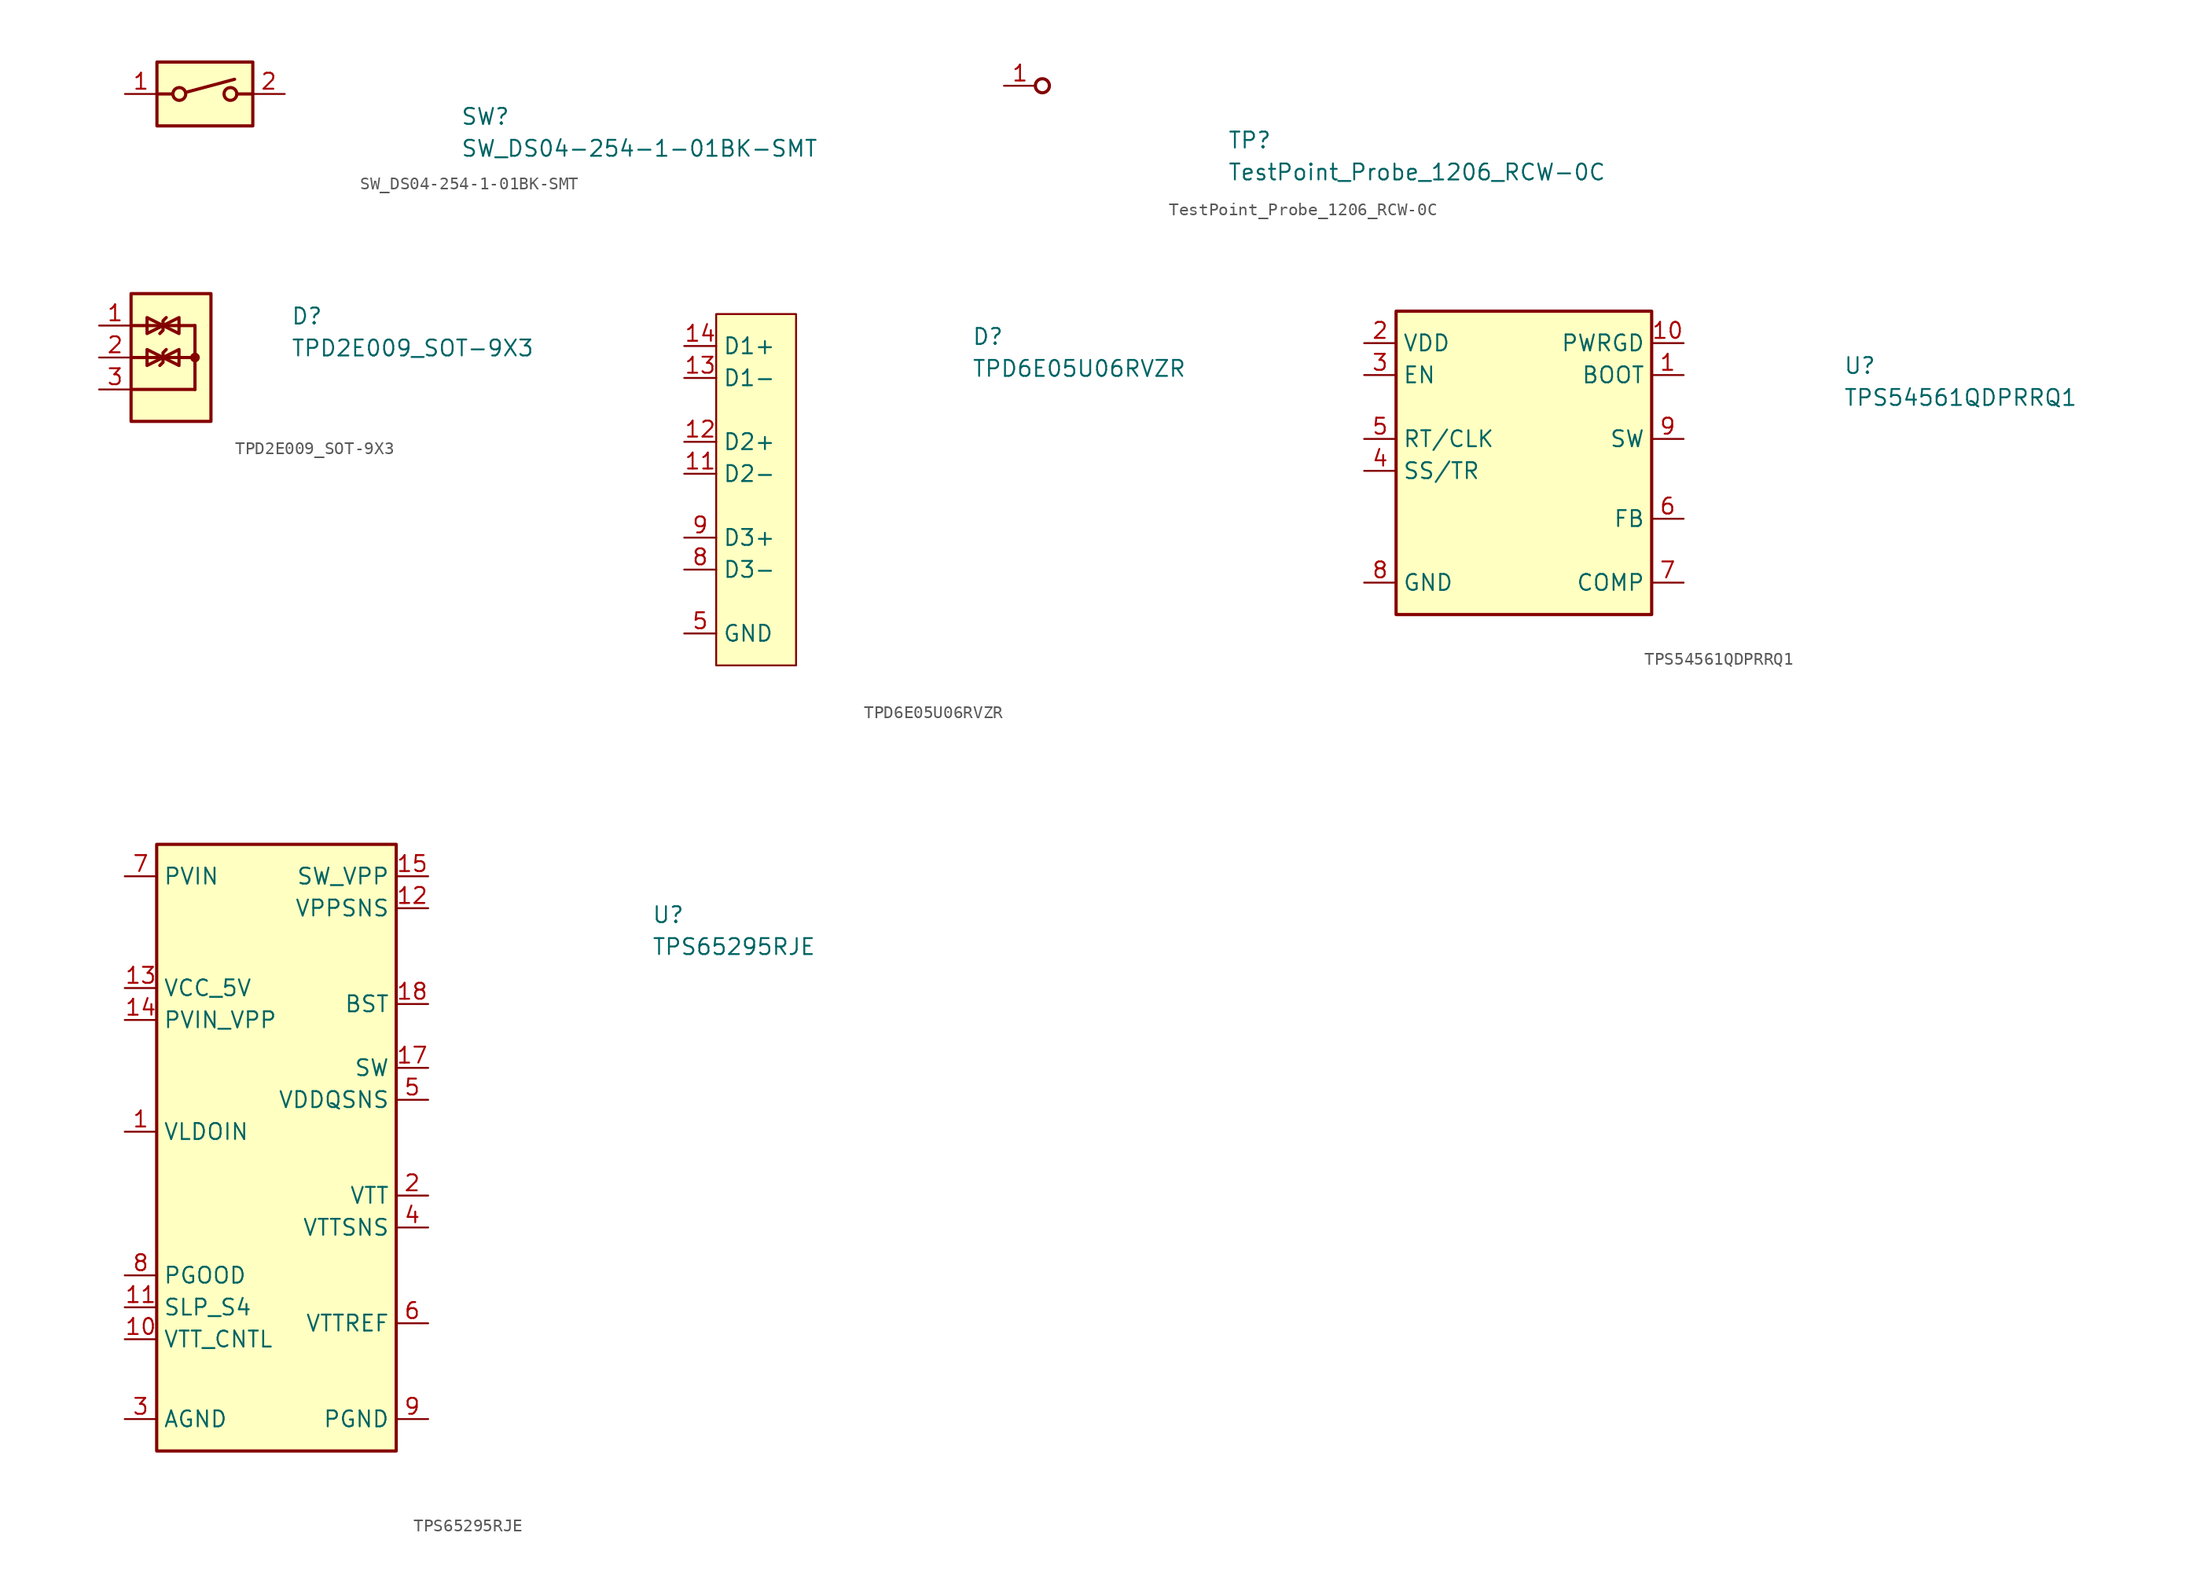
<source format=kicad_sym>
(kicad_symbol_lib
  (version 20211014)
  (generator kicad_symbol_editor)
  (symbol "SW_DS04-254-1-01BK-SMT"
    (property "Reference" "SW"
      (at 26.67 -2.54 0)
      (effects (font (size 1.27 1.27) (thickness 0.15)) (justify left bottom)))
    (property "Value" "SW_DS04-254-1-01BK-SMT"
      (at 26.67 -5.08 0)
      (effects (font (size 1.27 1.27) (thickness 0.15)) (justify left bottom)))
    (symbol "SW_DS04-254-1-01BK-SMT_0_1"
      (polyline (pts (xy 3.81 0) (xy 2.54 0)) (stroke (width 0.254) (type default) (color 0 0 0 0)) (fill (type none)))
      (polyline (pts (xy 10.16 0) (xy 8.89 0)) (stroke (width 0.254) (type default) (color 0 0 0 0)) (fill (type none))))
    (symbol "SW_DS04-254-1-01BK-SMT_1_1"
      (polyline (pts (xy 4.826 0.127) (xy 8.712 1.168)) (stroke (width 0.254) (type default) (color 0 0 0 0)) (fill (type background)))
      (rectangle (start 2.54 2.54) (end 10.16 -2.54) (stroke (width 0.254) (type default) (color 0 0 0 0)) (fill (type background)))
      (circle (center 4.318 0) (radius 0.508) (stroke (width 0.254) (type default) (color 0 0 0 0)) (fill (type background)))
      (circle (center 8.382 0) (radius 0.508) (stroke (width 0.254) (type default) (color 0 0 0 0)) (fill (type background)))
      (pin passive line (at 0 0 0) (length 2.54) (name "~" (effects (font (size 1.27 1.27)))) (number "1" (effects (font (size 1.27 1.27)))))
      (pin passive line (at 12.7 0 180) (length 2.54) (name "~" (effects (font (size 1.27 1.27)))) (number "2" (effects (font (size 1.27 1.27)))))))
  (symbol "TestPoint_Probe_1206_RCW-0C"
    (pin_names hide)
    (property "Reference" "TP"
      (at 17.78 -5.08 0)
      (effects (font (size 1.27 1.27) (thickness 0.15)) (justify left bottom)))
    (property "Value" "TestPoint_Probe_1206_RCW-0C"
      (at 17.78 -7.62 0)
      (effects (font (size 1.27 1.27) (thickness 0.15)) (justify left bottom)))
    (symbol "TestPoint_Probe_1206_RCW-0C_1_1"
      (circle (center 3.048 0) (radius 0.559) (stroke (width 0.254) (type default) (color 0 0 0 0)) (fill (type none)))
      (pin passive line (at 0 0 0) (length 2.54) (name "1" (effects (font (size 1.27 1.27)))) (number "1" (effects (font (size 1.27 1.27)))))))
  (symbol "TPD2E009_SOT-9X3"
    (pin_names hide)
    (property "Reference" "D"
      (at 15.24 0 0)
      (effects (font (size 1.27 1.27) (thickness 0.15)) (justify left bottom)))
    (property "Value" "TPD2E009_SOT-9X3"
      (at 15.24 -2.54 0)
      (effects (font (size 1.27 1.27) (thickness 0.15)) (justify left bottom)))
    (symbol "TPD2E009_SOT-9X3_1_1"
      (polyline (pts (xy 2.54 -2.54) (xy 7.62 -2.54)) (stroke (width 0.254) (type default) (color 0 0 0 0)) (fill (type background)))
      (polyline (pts (xy 2.54 0) (xy 7.62 0)) (stroke (width 0.254) (type default) (color 0 0 0 0)) (fill (type background)))
      (polyline (pts (xy 7.62 -5.08) (xy 2.54 -5.08)) (stroke (width 0.254) (type default) (color 0 0 0 0)) (fill (type background)))
      (polyline (pts (xy 7.62 -5.08) (xy 7.62 0)) (stroke (width 0.254) (type default) (color 0 0 0 0)) (fill (type background)))
      (polyline (pts (xy 4.826 -3.175) (xy 5.08 -2.921) (xy 5.08 -2.159) (xy 5.334 -1.905)) (stroke (width 0.254) (type default) (color 0 0 0 0)) (fill (type background)))
      (polyline (pts (xy 4.826 -0.635) (xy 5.08 -0.381) (xy 5.08 0.381) (xy 5.334 0.635)) (stroke (width 0.254) (type default) (color 0 0 0 0)) (fill (type background)))
      (polyline (pts (xy 5.08 -2.54) (xy 3.81 -3.175) (xy 3.81 -1.905) (xy 5.08 -2.54)) (stroke (width 0.254) (type default) (color 0 0 0 0)) (fill (type background)))
      (polyline (pts (xy 5.08 0) (xy 3.81 -0.635) (xy 3.81 0.635) (xy 5.08 0)) (stroke (width 0.254) (type default) (color 0 0 0 0)) (fill (type background)))
      (polyline (pts (xy 5.08 0) (xy 6.35 0.635) (xy 6.35 -0.635) (xy 5.08 0)) (stroke (width 0.254) (type default) (color 0 0 0 0)) (fill (type background)))
      (polyline (pts (xy 6.35 -1.905) (xy 6.35 -3.175) (xy 5.08 -2.54) (xy 6.35 -1.905)) (stroke (width 0.254) (type default) (color 0 0 0 0)) (fill (type background)))
      (rectangle (start 2.54 2.54) (end 8.89 -7.62) (stroke (width 0.254) (type default) (color 0 0 0 0)) (fill (type background)))
      (circle (center 7.62 -2.54) (radius 0.254) (stroke (width 0.254) (type default) (color 0 0 0 0)) (fill (type background)))
      (pin passive line (at 0 0 0) (length 2.54) (name "1" (effects (font (size 1.27 1.27)))) (number "1" (effects (font (size 1.27 1.27)))))
      (pin passive line (at 0 -2.54 0) (length 2.54) (name "2" (effects (font (size 1.27 1.27)))) (number "2" (effects (font (size 1.27 1.27)))))
      (pin passive line (at 0 -5.08 0) (length 2.54) (name "3" (effects (font (size 1.27 1.27)))) (number "3" (effects (font (size 1.27 1.27)))))))
  (symbol "TPD6E05U06RVZR"
    (property "Reference" "D"
      (at 22.86 0 0)
      (effects (font (size 1.27 1.27) (thickness 0.15)) (justify left bottom)))
    (property "Value" "TPD6E05U06RVZR"
      (at 22.86 -2.54 0)
      (effects (font (size 1.27 1.27) (thickness 0.15)) (justify left bottom)))
    (symbol "TPD6E05U06RVZR_0_0"
      (pin passive line (at 0 0 0) (length 2.54) hide (name "D1+" (effects (font (size 1.27 1.27)))) (number "1" (effects (font (size 1.27 1.27)))))
      (pin passive line (at 0 -2.54 0) (length 2.54) hide (name "D1-" (effects (font (size 1.27 1.27)))) (number "2" (effects (font (size 1.27 1.27)))))
      (pin passive line (at 0 -7.62 0) (length 2.54) hide (name "D2+" (effects (font (size 1.27 1.27)))) (number "3" (effects (font (size 1.27 1.27)))))
      (pin passive line (at 0 -10.16 0) (length 2.54) hide (name "D2-" (effects (font (size 1.27 1.27)))) (number "4" (effects (font (size 1.27 1.27)))))
      (pin passive line (at 0 -15.24 0) (length 2.54) hide (name "D3+" (effects (font (size 1.27 1.27)))) (number "6" (effects (font (size 1.27 1.27)))))
      (pin passive line (at 0 -17.78 0) (length 2.54) hide (name "D3-" (effects (font (size 1.27 1.27)))) (number "7" (effects (font (size 1.27 1.27))))))
    (symbol "TPD6E05U06RVZR_0_1"
      (rectangle (start 2.54 2.54) (end 8.89 -25.4) (stroke (width 0) (type default) (color 0 0 0 0)) (fill (type background))))
    (symbol "TPD6E05U06RVZR_1_1"
      (pin passive line (at 0 -22.86 0) (length 2.54) hide (name "GND" (effects (font (size 1.27 1.27)))) (number "10" (effects (font (size 1.27 1.27)))))
      (pin passive line (at 0 -10.16 0) (length 2.54) (name "D2-" (effects (font (size 1.27 1.27)))) (number "11" (effects (font (size 1.27 1.27)))))
      (pin passive line (at 0 -7.62 0) (length 2.54) (name "D2+" (effects (font (size 1.27 1.27)))) (number "12" (effects (font (size 1.27 1.27)))))
      (pin passive line (at 0 -2.54 0) (length 2.54) (name "D1-" (effects (font (size 1.27 1.27)))) (number "13" (effects (font (size 1.27 1.27)))))
      (pin passive line (at 0 0 0) (length 2.54) (name "D1+" (effects (font (size 1.27 1.27)))) (number "14" (effects (font (size 1.27 1.27)))))
      (pin power_in line (at 0 -22.86 0) (length 2.54) (name "GND" (effects (font (size 1.27 1.27)))) (number "5" (effects (font (size 1.27 1.27)))))
      (pin passive line (at 0 -17.78 0) (length 2.54) (name "D3-" (effects (font (size 1.27 1.27)))) (number "8" (effects (font (size 1.27 1.27)))))
      (pin passive line (at 0 -15.24 0) (length 2.54) (name "D3+" (effects (font (size 1.27 1.27)))) (number "9" (effects (font (size 1.27 1.27)))))))
  (symbol "TPS54561QDPRRQ1"
    (property "Reference" "U"
      (at 38.1 -2.54 0)
      (effects (font (size 1.27 1.27) (thickness 0.15)) (justify left bottom)))
    (property "Value" "TPS54561QDPRRQ1"
      (at 38.1 -5.08 0)
      (effects (font (size 1.27 1.27) (thickness 0.15)) (justify left bottom)))
    (symbol "TPS54561QDPRRQ1_1_1"
      (rectangle (start 2.54 2.54) (end 22.86 -21.59) (stroke (width 0.254) (type default) (color 0 0 0 0)) (fill (type background)))
      (pin passive line (at 25.4 -2.54 180) (length 2.54) (name "BOOT" (effects (font (size 1.27 1.27)))) (number "1" (effects (font (size 1.27 1.27)))))
      (pin passive line (at 25.4 0 180) (length 2.54) (name "PWRGD" (effects (font (size 1.27 1.27)))) (number "10" (effects (font (size 1.27 1.27)))))
      (pin passive line (at 0 -19.05 0) (length 2.54) hide (name "GND" (effects (font (size 1.27 1.27)))) (number "11" (effects (font (size 1.27 1.27)))))
      (pin passive line (at 0 0 0) (length 2.54) (name "VDD" (effects (font (size 1.27 1.27)))) (number "2" (effects (font (size 1.27 1.27)))))
      (pin passive line (at 0 -2.54 0) (length 2.54) (name "EN" (effects (font (size 1.27 1.27)))) (number "3" (effects (font (size 1.27 1.27)))))
      (pin passive line (at 0 -10.16 0) (length 2.54) (name "SS/TR" (effects (font (size 1.27 1.27)))) (number "4" (effects (font (size 1.27 1.27)))))
      (pin passive line (at 0 -7.62 0) (length 2.54) (name "RT/CLK" (effects (font (size 1.27 1.27)))) (number "5" (effects (font (size 1.27 1.27)))))
      (pin passive line (at 25.4 -13.97 180) (length 2.54) (name "FB" (effects (font (size 1.27 1.27)))) (number "6" (effects (font (size 1.27 1.27)))))
      (pin passive line (at 25.4 -19.05 180) (length 2.54) (name "COMP" (effects (font (size 1.27 1.27)))) (number "7" (effects (font (size 1.27 1.27)))))
      (pin power_in line (at 0 -19.05 0) (length 2.54) (name "GND" (effects (font (size 1.27 1.27)))) (number "8" (effects (font (size 1.27 1.27)))))
      (pin passive line (at 25.4 -7.62 180) (length 2.54) (name "SW" (effects (font (size 1.27 1.27)))) (number "9" (effects (font (size 1.27 1.27)))))))
  (symbol "TPS65295RJE"
    (property "Reference" "U"
      (at 41.91 -3.81 0)
      (effects (font (size 1.27 1.27) (thickness 0.15)) (justify left bottom)))
    (property "Value" "TPS65295RJE"
      (at 41.91 -6.35 0)
      (effects (font (size 1.27 1.27) (thickness 0.15)) (justify left bottom)))
    (symbol "TPS65295RJE_1_1"
      (rectangle (start 2.54 2.54) (end 21.59 -45.72) (stroke (width 0.254) (type default) (color 0 0 0 0)) (fill (type background)))
      (pin power_in line (at 0 -20.32 0) (length 2.54) (name "VLDOIN" (effects (font (size 1.27 1.27)))) (number "1" (effects (font (size 1.27 1.27)))))
      (pin input line (at 0 -36.83 0) (length 2.54) (name "VTT_CNTL" (effects (font (size 1.27 1.27)))) (number "10" (effects (font (size 1.27 1.27)))))
      (pin input line (at 0 -34.29 0) (length 2.54) (name "SLP_S4" (effects (font (size 1.27 1.27)))) (number "11" (effects (font (size 1.27 1.27)))))
      (pin input line (at 24.13 -2.54 180) (length 2.54) (name "VPPSNS" (effects (font (size 1.27 1.27)))) (number "12" (effects (font (size 1.27 1.27)))))
      (pin power_in line (at 0 -8.89 0) (length 2.54) (name "VCC_5V" (effects (font (size 1.27 1.27)))) (number "13" (effects (font (size 1.27 1.27)))))
      (pin power_in line (at 0 -11.43 0) (length 2.54) (name "PVIN_VPP" (effects (font (size 1.27 1.27)))) (number "14" (effects (font (size 1.27 1.27)))))
      (pin input line (at 24.13 0 180) (length 2.54) (name "SW_VPP" (effects (font (size 1.27 1.27)))) (number "15" (effects (font (size 1.27 1.27)))))
      (pin passive line (at 24.13 -43.18 180) (length 2.54) hide (name "PGND" (effects (font (size 1.27 1.27)))) (number "16" (effects (font (size 1.27 1.27)))))
      (pin input line (at 24.13 -15.24 180) (length 2.54) (name "SW" (effects (font (size 1.27 1.27)))) (number "17" (effects (font (size 1.27 1.27)))))
      (pin input line (at 24.13 -10.16 180) (length 2.54) (name "BST" (effects (font (size 1.27 1.27)))) (number "18" (effects (font (size 1.27 1.27)))))
      (pin input line (at 24.13 -25.4 180) (length 2.54) (name "VTT" (effects (font (size 1.27 1.27)))) (number "2" (effects (font (size 1.27 1.27)))))
      (pin power_in line (at 0 -43.18 0) (length 2.54) (name "AGND" (effects (font (size 1.27 1.27)))) (number "3" (effects (font (size 1.27 1.27)))))
      (pin input line (at 24.13 -27.94 180) (length 2.54) (name "VTTSNS" (effects (font (size 1.27 1.27)))) (number "4" (effects (font (size 1.27 1.27)))))
      (pin input line (at 24.13 -17.78 180) (length 2.54) (name "VDDQSNS" (effects (font (size 1.27 1.27)))) (number "5" (effects (font (size 1.27 1.27)))))
      (pin input line (at 24.13 -35.56 180) (length 2.54) (name "VTTREF" (effects (font (size 1.27 1.27)))) (number "6" (effects (font (size 1.27 1.27)))))
      (pin power_in line (at 0 0 0) (length 2.54) (name "PVIN" (effects (font (size 1.27 1.27)))) (number "7" (effects (font (size 1.27 1.27)))))
      (pin output line (at 0 -31.75 0) (length 2.54) (name "PGOOD" (effects (font (size 1.27 1.27)))) (number "8" (effects (font (size 1.27 1.27)))))
      (pin power_in line (at 24.13 -43.18 180) (length 2.54) (name "PGND" (effects (font (size 1.27 1.27)))) (number "9" (effects (font (size 1.27 1.27))))))))
</source>
